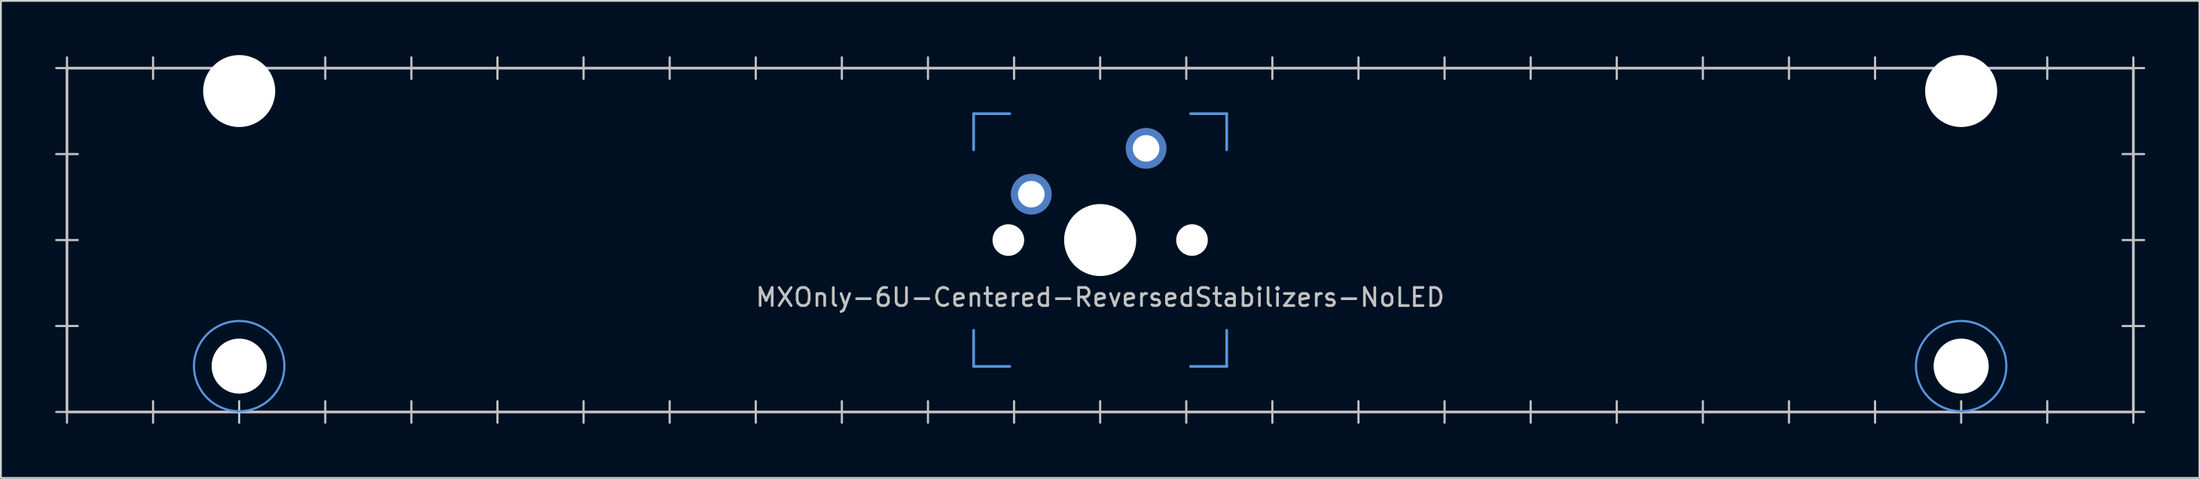
<source format=kicad_pcb>
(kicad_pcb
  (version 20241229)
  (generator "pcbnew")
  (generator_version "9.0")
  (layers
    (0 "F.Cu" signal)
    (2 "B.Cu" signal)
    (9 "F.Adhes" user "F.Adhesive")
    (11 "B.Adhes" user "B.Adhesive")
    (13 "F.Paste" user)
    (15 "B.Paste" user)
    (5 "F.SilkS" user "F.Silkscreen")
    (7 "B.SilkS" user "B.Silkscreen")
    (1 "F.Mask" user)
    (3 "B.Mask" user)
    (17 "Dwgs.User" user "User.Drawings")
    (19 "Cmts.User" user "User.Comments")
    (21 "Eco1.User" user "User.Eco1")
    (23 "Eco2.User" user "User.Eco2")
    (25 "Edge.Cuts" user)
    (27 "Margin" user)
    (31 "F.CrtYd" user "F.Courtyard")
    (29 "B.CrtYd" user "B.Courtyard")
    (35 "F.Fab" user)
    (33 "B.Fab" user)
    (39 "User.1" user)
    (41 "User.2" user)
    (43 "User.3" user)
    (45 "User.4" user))
  (footprint "MXOnly-6U-Centered-ReversedStabilizers-NoLED"
    (layer "F.Cu")
    (at 57.805 10.249)
    (property "Reference" "MXOnly-6U-Centered-ReversedStabilizers-NoLED" (at 0 3.175 0) (layer "Dwgs.User") (effects (font (size 1 1) (thickness 0.15))))
    (attr through_hole)
    (fp_line (start -57.745 -9.525) (end -57.15 -9.525) (stroke (width 0.12) (type solid)) (layer "Dwgs.User"))
    (fp_line (start -57.745 -0.000008) (end -56.555 -0.000008) (stroke (width 0.12) (type solid)) (layer "Dwgs.User"))
    (fp_line (start -57.745 4.762) (end -56.555 4.762) (stroke (width 0.12) (type solid)) (layer "Dwgs.User"))
    (fp_line (start -57.745 9.525) (end -57.15 9.525) (stroke (width 0.12) (type solid)) (layer "Dwgs.User"))
    (fp_line (start -57.15 10.12) (end -57.15 9.525) (stroke (width 0.12) (type solid)) (layer "Dwgs.User"))
    (fp_line (start -57.15 -10.12) (end -57.15 -9.525) (stroke (width 0.12) (type solid)) (layer "Dwgs.User"))
    (fp_line (start -57.15 -9.525) (end 57.15 -9.525) (stroke (width 0.15) (type solid)) (layer "Dwgs.User"))
    (fp_line (start -57.15 9.525) (end -57.15 -9.525) (stroke (width 0.15) (type solid)) (layer "Dwgs.User"))
    (fp_line (start -57.15 9.525) (end 57.15 9.525) (stroke (width 0.15) (type solid)) (layer "Dwgs.User"))
    (fp_line (start -56.555 -4.763) (end -57.745 -4.763) (stroke (width 0.12) (type solid)) (layer "Dwgs.User"))
    (fp_line (start -52.388 8.93) (end -52.388 10.12) (stroke (width 0.12) (type solid)) (layer "Dwgs.User"))
    (fp_line (start -52.388 -10.12) (end -52.388 -8.93) (stroke (width 0.12) (type solid)) (layer "Dwgs.User"))
    (fp_line (start -47.625 8.93) (end -47.625 10.12) (stroke (width 0.12) (type solid)) (layer "Dwgs.User"))
    (fp_line (start -47.625 -10.12) (end -47.625 -8.93) (stroke (width 0.12) (type solid)) (layer "Dwgs.User"))
    (fp_line (start -42.863 10.12) (end -42.863 8.93) (stroke (width 0.12) (type solid)) (layer "Dwgs.User"))
    (fp_line (start -42.863 -8.93) (end -42.863 -10.12) (stroke (width 0.12) (type solid)) (layer "Dwgs.User"))
    (fp_line (start -38.1 8.93) (end -38.1 10.12) (stroke (width 0.12) (type solid)) (layer "Dwgs.User"))
    (fp_line (start -38.1 -10.12) (end -38.1 -8.93) (stroke (width 0.12) (type solid)) (layer "Dwgs.User"))
    (fp_line (start -33.338 10.12) (end -33.338 8.93) (stroke (width 0.12) (type solid)) (layer "Dwgs.User"))
    (fp_line (start -33.338 -8.93) (end -33.338 -10.12) (stroke (width 0.12) (type solid)) (layer "Dwgs.User"))
    (fp_line (start -28.575 8.93) (end -28.575 10.12) (stroke (width 0.12) (type solid)) (layer "Dwgs.User"))
    (fp_line (start -28.575 -10.12) (end -28.575 -8.93) (stroke (width 0.12) (type solid)) (layer "Dwgs.User"))
    (fp_line (start -23.813 10.12) (end -23.813 8.93) (stroke (width 0.12) (type solid)) (layer "Dwgs.User"))
    (fp_line (start -23.813 -8.93) (end -23.813 -10.12) (stroke (width 0.12) (type solid)) (layer "Dwgs.User"))
    (fp_line (start -19.05 8.93) (end -19.05 10.12) (stroke (width 0.12) (type solid)) (layer "Dwgs.User"))
    (fp_line (start -19.05 -10.12) (end -19.05 -8.93) (stroke (width 0.12) (type solid)) (layer "Dwgs.User"))
    (fp_line (start -14.288 10.12) (end -14.288 8.93) (stroke (width 0.12) (type solid)) (layer "Dwgs.User"))
    (fp_line (start -14.288 -8.93) (end -14.288 -10.12) (stroke (width 0.12) (type solid)) (layer "Dwgs.User"))
    (fp_line (start -9.525 8.93) (end -9.525 10.12) (stroke (width 0.12) (type solid)) (layer "Dwgs.User"))
    (fp_line (start -9.525 -10.12) (end -9.525 -8.93) (stroke (width 0.12) (type solid)) (layer "Dwgs.User"))
    (fp_line (start -4.763 10.12) (end -4.763 8.93) (stroke (width 0.12) (type solid)) (layer "Dwgs.User"))
    (fp_line (start -4.763 -8.93) (end -4.763 -10.12) (stroke (width 0.12) (type solid)) (layer "Dwgs.User"))
    (fp_line (start 0 -8.93) (end 0 -10.12) (stroke (width 0.12) (type solid)) (layer "Dwgs.User"))
    (fp_line (start 0 10.12) (end 0 8.93) (stroke (width 0.12) (type solid)) (layer "Dwgs.User"))
    (fp_line (start 4.763 -10.12) (end 4.763 -8.93) (stroke (width 0.12) (type solid)) (layer "Dwgs.User"))
    (fp_line (start 4.763 8.93) (end 4.763 10.12) (stroke (width 0.12) (type solid)) (layer "Dwgs.User"))
    (fp_line (start 9.525 -8.93) (end 9.525 -10.12) (stroke (width 0.12) (type solid)) (layer "Dwgs.User"))
    (fp_line (start 9.525 10.12) (end 9.525 8.93) (stroke (width 0.12) (type solid)) (layer "Dwgs.User"))
    (fp_line (start 14.288 -10.12) (end 14.288 -8.93) (stroke (width 0.12) (type solid)) (layer "Dwgs.User"))
    (fp_line (start 14.288 8.93) (end 14.288 10.12) (stroke (width 0.12) (type solid)) (layer "Dwgs.User"))
    (fp_line (start 19.05 -8.93) (end 19.05 -10.12) (stroke (width 0.12) (type solid)) (layer "Dwgs.User"))
    (fp_line (start 19.05 10.12) (end 19.05 8.93) (stroke (width 0.12) (type solid)) (layer "Dwgs.User"))
    (fp_line (start 23.813 -10.12) (end 23.813 -8.93) (stroke (width 0.12) (type solid)) (layer "Dwgs.User"))
    (fp_line (start 23.813 8.93) (end 23.813 10.12) (stroke (width 0.12) (type solid)) (layer "Dwgs.User"))
    (fp_line (start 28.575 -8.93) (end 28.575 -10.12) (stroke (width 0.12) (type solid)) (layer "Dwgs.User"))
    (fp_line (start 28.575 10.12) (end 28.575 8.93) (stroke (width 0.12) (type solid)) (layer "Dwgs.User"))
    (fp_line (start 33.338 -10.12) (end 33.338 -8.93) (stroke (width 0.12) (type solid)) (layer "Dwgs.User"))
    (fp_line (start 33.338 8.93) (end 33.338 10.12) (stroke (width 0.12) (type solid)) (layer "Dwgs.User"))
    (fp_line (start 38.1 -8.93) (end 38.1 -10.12) (stroke (width 0.12) (type solid)) (layer "Dwgs.User"))
    (fp_line (start 38.1 10.12) (end 38.1 8.93) (stroke (width 0.12) (type solid)) (layer "Dwgs.User"))
    (fp_line (start 42.863 -10.12) (end 42.863 -8.93) (stroke (width 0.12) (type solid)) (layer "Dwgs.User"))
    (fp_line (start 42.863 8.93) (end 42.863 10.12) (stroke (width 0.12) (type solid)) (layer "Dwgs.User"))
    (fp_line (start 47.625 -8.93) (end 47.625 -10.12) (stroke (width 0.12) (type solid)) (layer "Dwgs.User"))
    (fp_line (start 47.625 10.12) (end 47.625 8.93) (stroke (width 0.12) (type solid)) (layer "Dwgs.User"))
    (fp_line (start 52.388 -10.12) (end 52.388 -8.93) (stroke (width 0.12) (type solid)) (layer "Dwgs.User"))
    (fp_line (start 52.388 8.93) (end 52.388 10.12) (stroke (width 0.12) (type solid)) (layer "Dwgs.User"))
    (fp_line (start 56.555 4.763) (end 57.745 4.763) (stroke (width 0.12) (type solid)) (layer "Dwgs.User"))
    (fp_line (start 57.15 -9.525) (end 57.15 9.525) (stroke (width 0.15) (type solid)) (layer "Dwgs.User"))
    (fp_line (start 57.15 10.12) (end 57.15 9.525) (stroke (width 0.12) (type solid)) (layer "Dwgs.User"))
    (fp_line (start 57.15 -10.12) (end 57.15 -9.525) (stroke (width 0.12) (type solid)) (layer "Dwgs.User"))
    (fp_line (start 57.745 -9.525) (end 57.15 -9.525) (stroke (width 0.12) (type solid)) (layer "Dwgs.User"))
    (fp_line (start 57.745 -4.763) (end 56.555 -4.763) (stroke (width 0.12) (type solid)) (layer "Dwgs.User"))
    (fp_line (start 57.745 0) (end 56.555 0) (stroke (width 0.12) (type solid)) (layer "Dwgs.User"))
    (fp_line (start 57.745 9.525) (end 57.15 9.525) (stroke (width 0.12) (type solid)) (layer "Dwgs.User"))
    (fp_line (start -7 -7) (end -7 -5) (stroke (width 0.15) (type solid)) (layer "Cmts.User"))
    (fp_line (start -7 7) (end -7 5) (stroke (width 0.15) (type solid)) (layer "Cmts.User"))
    (fp_line (start -5 -7) (end -7 -7) (stroke (width 0.15) (type solid)) (layer "Cmts.User"))
    (fp_line (start -5 7) (end -7 7) (stroke (width 0.15) (type solid)) (layer "Cmts.User"))
    (fp_line (start 5 -7) (end 7 -7) (stroke (width 0.15) (type solid)) (layer "Cmts.User"))
    (fp_line (start 7 -7) (end 7 -5) (stroke (width 0.15) (type solid)) (layer "Cmts.User"))
    (fp_line (start 7 5) (end 7 7) (stroke (width 0.15) (type solid)) (layer "Cmts.User"))
    (fp_line (start 7 7) (end 5 7) (stroke (width 0.15) (type solid)) (layer "Cmts.User"))
    (fp_circle (center -47.625 6.985) (end -50.125 6.985) (stroke (width 0.12) (type solid)) (fill no) (layer "Cmts.User"))
    (fp_circle (center 47.625 6.985) (end 45.125 6.985) (stroke (width 0.12) (type solid)) (fill no) (layer "Cmts.User"))
    (pad "" np_thru_hole circle (at -47.625 -8.255) (size 3.988 3.988) (drill 3.988) (layers "*.Cu" "*.Mask"))
    (pad "" np_thru_hole circle (at -47.625 6.985) (size 3.048 3.048) (drill 3.048) (layers "*.Cu" "*.Mask"))
    (pad "" np_thru_hole circle (at -5.08 0 48.1) (size 1.75 1.75) (drill 1.75) (layers "*.Cu" "*.Mask"))
    (pad "" np_thru_hole circle (at 0 0) (size 3.988 3.988) (drill 3.988) (layers "*.Cu" "*.Mask"))
    (pad "" np_thru_hole circle (at 5.08 0 48.1) (size 1.75 1.75) (drill 1.75) (layers "*.Cu" "*.Mask"))
    (pad "" np_thru_hole circle (at 47.625 -8.255) (size 3.988 3.988) (drill 3.988) (layers "*.Cu" "*.Mask"))
    (pad "" np_thru_hole circle (at 47.625 6.985) (size 3.048 3.048) (drill 3.048) (layers "*.Cu" "*.Mask"))
    (pad "1" thru_hole circle (at -3.81 -2.54) (size 2.25 2.25) (drill 1.47) (layers "*.Cu" "B.Mask"))
    (pad "2" thru_hole circle (at 2.54 -5.08) (size 2.25 2.25) (drill 1.47) (layers "*.Cu" "B.Mask")))
  (gr_rect
    (start -3 -3)
    (end 118.611 23.429)
    (stroke (width 0.1) (type default))
    (fill no)
    (layer "Edge.Cuts")))
</source>
